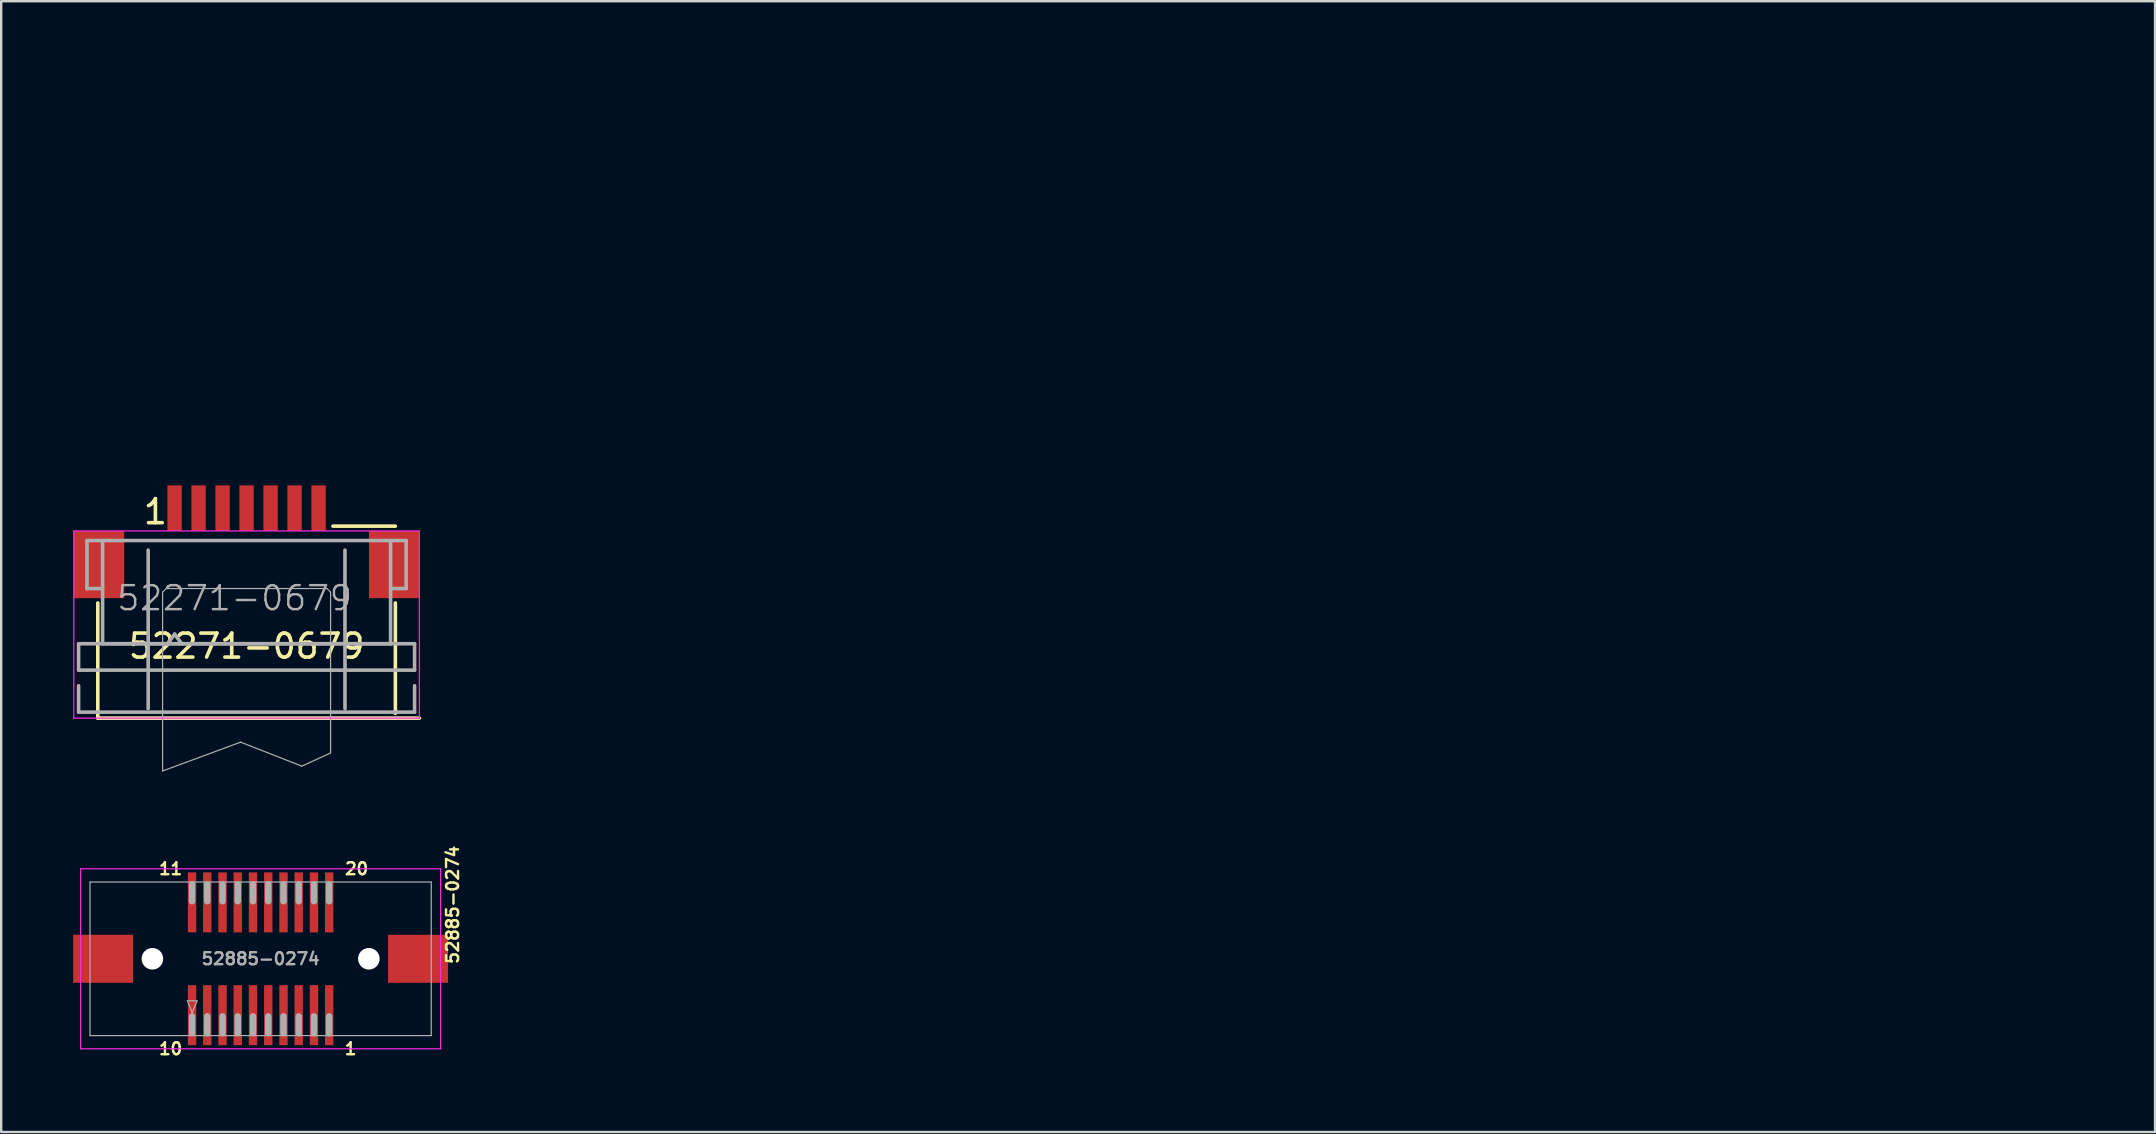
<source format=kicad_pcb>
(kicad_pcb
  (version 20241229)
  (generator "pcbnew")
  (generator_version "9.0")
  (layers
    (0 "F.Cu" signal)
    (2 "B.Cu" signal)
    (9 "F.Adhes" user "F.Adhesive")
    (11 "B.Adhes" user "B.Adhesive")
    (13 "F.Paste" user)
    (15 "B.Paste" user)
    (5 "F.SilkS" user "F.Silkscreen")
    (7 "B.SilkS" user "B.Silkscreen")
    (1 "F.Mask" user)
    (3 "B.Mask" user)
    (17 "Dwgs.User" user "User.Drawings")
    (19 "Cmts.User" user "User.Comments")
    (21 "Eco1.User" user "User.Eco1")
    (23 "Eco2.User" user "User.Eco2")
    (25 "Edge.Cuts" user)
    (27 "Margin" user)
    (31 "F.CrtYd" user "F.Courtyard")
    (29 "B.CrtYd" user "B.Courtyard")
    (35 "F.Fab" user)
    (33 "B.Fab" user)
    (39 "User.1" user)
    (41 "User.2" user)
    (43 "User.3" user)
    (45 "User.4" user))
  (footprint "52885-0274"
    (layer "F.Cu")
    (at 7.81 36.902)
    (property "Reference" "52885-0274" (at 8 -2.25 90) (layer "F.SilkS") (effects (font (size 0.5 0.5) (thickness 0.1))))
    (attr smd)
    (fp_line (start -7.5 -3.75) (end 7.5 -3.75) (stroke (width 0.05) (type solid)) (layer "F.CrtYd"))
    (fp_line (start -7.5 3.75) (end -7.5 -3.75) (stroke (width 0.05) (type solid)) (layer "F.CrtYd"))
    (fp_line (start 7.5 -3.75) (end 7.5 3.75) (stroke (width 0.05) (type solid)) (layer "F.CrtYd"))
    (fp_line (start 7.5 3.75) (end -7.5 3.75) (stroke (width 0.05) (type solid)) (layer "F.CrtYd"))
    (fp_line (start -7.11 -3.2) (end 7.11 -3.2) (stroke (width 0.05) (type solid)) (layer "F.Fab"))
    (fp_line (start -7.11 3.2) (end -7.11 -3.2) (stroke (width 0.05) (type solid)) (layer "F.Fab"))
    (fp_line (start -3.05 1.75) (end -2.65 1.75) (stroke (width 0.05) (type solid)) (layer "F.Fab"))
    (fp_line (start -2.857 -3.1) (end -2.857 -2.4) (stroke (width 0.27) (type solid)) (layer "F.Fab"))
    (fp_line (start -2.857 3.1) (end -2.857 2.4) (stroke (width 0.27) (type solid)) (layer "F.Fab"))
    (fp_line (start -2.85 2.25) (end -3.05 1.75) (stroke (width 0.05) (type solid)) (layer "F.Fab"))
    (fp_line (start -2.65 1.75) (end -2.85 2.25) (stroke (width 0.05) (type solid)) (layer "F.Fab"))
    (fp_line (start -2.223 -3.1) (end -2.223 -2.4) (stroke (width 0.27) (type solid)) (layer "F.Fab"))
    (fp_line (start -2.223 3.1) (end -2.223 2.4) (stroke (width 0.27) (type solid)) (layer "F.Fab"))
    (fp_line (start -1.587 -3.1) (end -1.587 -2.4) (stroke (width 0.27) (type solid)) (layer "F.Fab"))
    (fp_line (start -1.587 3.1) (end -1.587 2.4) (stroke (width 0.27) (type solid)) (layer "F.Fab"))
    (fp_line (start -0.953 -3.1) (end -0.953 -2.4) (stroke (width 0.27) (type solid)) (layer "F.Fab"))
    (fp_line (start -0.953 3.1) (end -0.953 2.4) (stroke (width 0.27) (type solid)) (layer "F.Fab"))
    (fp_line (start -0.318 -3.1) (end -0.318 -2.4) (stroke (width 0.27) (type solid)) (layer "F.Fab"))
    (fp_line (start -0.318 3.1) (end -0.318 2.4) (stroke (width 0.27) (type solid)) (layer "F.Fab"))
    (fp_line (start 0.318 -3.1) (end 0.318 -2.4) (stroke (width 0.27) (type solid)) (layer "F.Fab"))
    (fp_line (start 0.318 3.1) (end 0.318 2.4) (stroke (width 0.27) (type solid)) (layer "F.Fab"))
    (fp_line (start 0.953 -3.1) (end 0.953 -2.4) (stroke (width 0.27) (type solid)) (layer "F.Fab"))
    (fp_line (start 0.953 3.1) (end 0.953 2.4) (stroke (width 0.27) (type solid)) (layer "F.Fab"))
    (fp_line (start 1.587 -3.1) (end 1.587 -2.4) (stroke (width 0.27) (type solid)) (layer "F.Fab"))
    (fp_line (start 1.587 3.1) (end 1.587 2.4) (stroke (width 0.27) (type solid)) (layer "F.Fab"))
    (fp_line (start 2.223 -3.1) (end 2.223 -2.4) (stroke (width 0.27) (type solid)) (layer "F.Fab"))
    (fp_line (start 2.223 3.1) (end 2.223 2.4) (stroke (width 0.27) (type solid)) (layer "F.Fab"))
    (fp_line (start 2.857 -3.1) (end 2.857 -2.4) (stroke (width 0.27) (type solid)) (layer "F.Fab"))
    (fp_line (start 2.857 3.1) (end 2.857 2.4) (stroke (width 0.27) (type solid)) (layer "F.Fab"))
    (fp_line (start 7.11 -3.2) (end 7.11 3.2) (stroke (width 0.05) (type solid)) (layer "F.Fab"))
    (fp_line (start 7.11 3.2) (end -7.11 3.2) (stroke (width 0.05) (type solid)) (layer "F.Fab"))
    (fp_text user "10" (at -3.75 3.75 0) (layer "F.SilkS") (effects (font (size 0.5 0.5) (thickness 0.1))))
    (fp_text user "20" (at 4 -3.75 0) (layer "F.SilkS") (effects (font (size 0.5 0.5) (thickness 0.1))))
    (fp_text user "11" (at -3.75 -3.75 0) (layer "F.SilkS") (effects (font (size 0.5 0.5) (thickness 0.1))))
    (fp_text user "1" (at 3.75 3.75 0) (layer "F.SilkS") (effects (font (size 0.5 0.5) (thickness 0.1))))
    (fp_text user "${REFERENCE}" (at 0 0 0) (layer "F.Fab") (effects (font (size 0.5 0.5) (thickness 0.1))))
    (pad "" np_thru_hole circle (at -4.51 0) (size 0.9 0.9) (drill 0.9) (layers "*.Cu"))
    (pad "" np_thru_hole circle (at 4.51 0) (size 0.9 0.9) (drill 0.9) (layers "*.Cu"))
    (pad "1" smd rect (at 2.857 2.35) (size 0.35 2.5) (layers "F.Cu" "F.Mask" "F.Paste"))
    (pad "2" smd rect (at 2.223 2.35) (size 0.35 2.5) (layers "F.Cu" "F.Mask" "F.Paste"))
    (pad "3" smd rect (at 1.587 2.35) (size 0.35 2.5) (layers "F.Cu" "F.Mask" "F.Paste"))
    (pad "4" smd rect (at 0.953 2.35) (size 0.35 2.5) (layers "F.Cu" "F.Mask" "F.Paste"))
    (pad "5" smd rect (at 0.318 2.35) (size 0.35 2.5) (layers "F.Cu" "F.Mask" "F.Paste"))
    (pad "6" smd rect (at -0.318 2.35) (size 0.35 2.5) (layers "F.Cu" "F.Mask" "F.Paste"))
    (pad "7" smd rect (at -0.953 2.35) (size 0.35 2.5) (layers "F.Cu" "F.Mask" "F.Paste"))
    (pad "8" smd rect (at -1.587 2.35) (size 0.35 2.5) (layers "F.Cu" "F.Mask" "F.Paste"))
    (pad "9" smd rect (at -2.223 2.35) (size 0.35 2.5) (layers "F.Cu" "F.Mask" "F.Paste"))
    (pad "10" smd rect (at -2.857 2.35) (size 0.35 2.5) (layers "F.Cu" "F.Mask" "F.Paste"))
    (pad "11" smd rect (at -2.857 -2.35) (size 0.35 2.5) (layers "F.Cu" "F.Mask" "F.Paste"))
    (pad "12" smd rect (at -2.223 -2.35) (size 0.35 2.5) (layers "F.Cu" "F.Mask" "F.Paste"))
    (pad "13" smd rect (at -1.587 -2.35) (size 0.35 2.5) (layers "F.Cu" "F.Mask" "F.Paste"))
    (pad "14" smd rect (at -0.953 -2.35) (size 0.35 2.5) (layers "F.Cu" "F.Mask" "F.Paste"))
    (pad "15" smd rect (at -0.318 -2.35) (size 0.35 2.5) (layers "F.Cu" "F.Mask" "F.Paste"))
    (pad "16" smd rect (at 0.318 -2.35) (size 0.35 2.5) (layers "F.Cu" "F.Mask" "F.Paste"))
    (pad "17" smd rect (at 0.953 -2.35) (size 0.35 2.5) (layers "F.Cu" "F.Mask" "F.Paste"))
    (pad "18" smd rect (at 1.587 -2.35) (size 0.35 2.5) (layers "F.Cu" "F.Mask" "F.Paste"))
    (pad "19" smd rect (at 2.223 -2.35) (size 0.35 2.5) (layers "F.Cu" "F.Mask" "F.Paste"))
    (pad "20" smd rect (at 2.857 -2.35) (size 0.35 2.5) (layers "F.Cu" "F.Mask" "F.Paste"))
    (pad "21" smd rect (at 6.56 0) (size 2.5 2) (layers "F.Cu" "F.Mask" "F.Paste"))
    (pad "22" smd rect (at -6.56 0) (size 2.5 2) (layers "F.Cu" "F.Mask" "F.Paste")))
  (footprint "52271-0679"
    (layer "F.Cu")
    (at 7.225 20.875)
    (property "Reference" "52271-0679" (at 0 3 0) (layer "F.SilkS") (effects (font (size 1 1) (thickness 0.15))))
    (attr through_hole)
    (fp_line (start -6.2 1.2) (end -6.2 6) (stroke (width 0.15) (type solid)) (layer "F.SilkS"))
    (fp_line (start -6.2 6) (end 7.2 6) (stroke (width 0.15) (type solid)) (layer "F.SilkS"))
    (fp_line (start 6.2 -2) (end 3.6 -2) (stroke (width 0.15) (type solid)) (layer "F.SilkS"))
    (fp_line (start 6.2 5.8) (end 6.2 1.2) (stroke (width 0.15) (type solid)) (layer "F.SilkS"))
    (fp_line (start 76.45 7.8) (end 76.45 -20.8) (stroke (width 0.15) (type solid)) (layer "Eco1.User"))
    (fp_line (start -7.2 -1.8) (end -7.2 6) (stroke (width 0.05) (type solid)) (layer "F.CrtYd"))
    (fp_line (start -7.2 -1.8) (end 7.2 -1.8) (stroke (width 0.05) (type solid)) (layer "F.CrtYd"))
    (fp_line (start -7.2 6) (end 7.2 6) (stroke (width 0.05) (type solid)) (layer "F.CrtYd"))
    (fp_line (start 7.2 -1.8) (end 7.2 6) (stroke (width 0.05) (type solid)) (layer "F.CrtYd"))
    (fp_line (start -7 2.9) (end 7 2.9) (stroke (width 0.15) (type solid)) (layer "F.Fab"))
    (fp_line (start -7 4) (end -7 2.9) (stroke (width 0.15) (type solid)) (layer "F.Fab"))
    (fp_line (start -7 4) (end 7 4) (stroke (width 0.15) (type solid)) (layer "F.Fab"))
    (fp_line (start -7 4.65) (end -7 5.75) (stroke (width 0.15) (type solid)) (layer "F.Fab"))
    (fp_line (start -7 5.75) (end 7 5.75) (stroke (width 0.15) (type solid)) (layer "F.Fab"))
    (fp_line (start -6.65 -1.4) (end -6.65 0.6) (stroke (width 0.15) (type solid)) (layer "F.Fab"))
    (fp_line (start -6.65 -1.4) (end 6.65 -1.4) (stroke (width 0.15) (type solid)) (layer "F.Fab"))
    (fp_line (start -6 -1.4) (end -6 2.9) (stroke (width 0.15) (type solid)) (layer "F.Fab"))
    (fp_line (start -6 0.6) (end -6.65 0.6) (stroke (width 0.15) (type solid)) (layer "F.Fab"))
    (fp_line (start -6 2.9) (end 6 2.9) (stroke (width 0.15) (type solid)) (layer "F.Fab"))
    (fp_line (start -4.1 5.6) (end -4.1 -1) (stroke (width 0.15) (type solid)) (layer "F.Fab"))
    (fp_line (start -3.5 0.75) (end -3.5 8.2) (stroke (width 0.05) (type solid)) (layer "F.Fab"))
    (fp_line (start -3.35 0.6) (end -3.5 0.75) (stroke (width 0.05) (type solid)) (layer "F.Fab"))
    (fp_line (start -3.35 0.6) (end 3.35 0.6) (stroke (width 0.05) (type solid)) (layer "F.Fab"))
    (fp_line (start -3.3 2.9) (end -3 2.5) (stroke (width 0.15) (type solid)) (layer "F.Fab"))
    (fp_line (start -3 2.5) (end -2.7 2.9) (stroke (width 0.15) (type solid)) (layer "F.Fab"))
    (fp_line (start -0.25 7) (end -3.5 8.2) (stroke (width 0.05) (type solid)) (layer "F.Fab"))
    (fp_line (start 2.3 8) (end -0.25 7) (stroke (width 0.05) (type solid)) (layer "F.Fab"))
    (fp_line (start 3.35 0.6) (end 3.5 0.75) (stroke (width 0.05) (type solid)) (layer "F.Fab"))
    (fp_line (start 3.5 0.75) (end 3.5 7.45) (stroke (width 0.05) (type solid)) (layer "F.Fab"))
    (fp_line (start 3.5 7.45) (end 2.3 8) (stroke (width 0.05) (type solid)) (layer "F.Fab"))
    (fp_line (start 4.1 5.6) (end 4.1 -1) (stroke (width 0.15) (type solid)) (layer "F.Fab"))
    (fp_line (start 6 -1.4) (end 6 2.9) (stroke (width 0.15) (type solid)) (layer "F.Fab"))
    (fp_line (start 6 0.6) (end 6.65 0.6) (stroke (width 0.15) (type solid)) (layer "F.Fab"))
    (fp_line (start 6.65 -1.4) (end 6.65 0.6) (stroke (width 0.15) (type solid)) (layer "F.Fab"))
    (fp_line (start 7 4) (end 7 2.9) (stroke (width 0.15) (type solid)) (layer "F.Fab"))
    (fp_line (start 7 4.65) (end 7 5.75) (stroke (width 0.15) (type solid)) (layer "F.Fab"))
    (fp_text user "1" (at -3.8 -2.6 0) (layer "F.SilkS") (effects (font (size 1 1) (thickness 0.15))))
    (fp_text user "${REFERENCE}" (at -0.5 1 0) (layer "F.Fab") (effects (font (size 1 1) (thickness 0.1))))
    (pad "1" smd rect (at -3 -2.75) (size 0.6 1.9) (layers "F.Cu" "F.Mask" "F.Paste"))
    (pad "2" smd rect (at -2 -2.75) (size 0.6 1.9) (layers "F.Cu" "F.Mask" "F.Paste"))
    (pad "3" smd rect (at -1 -2.75) (size 0.6 1.9) (layers "F.Cu" "F.Mask" "F.Paste"))
    (pad "4" smd rect (at 0 -2.75) (size 0.6 1.9) (layers "F.Cu" "F.Mask" "F.Paste"))
    (pad "5" smd rect (at 1 -2.75) (size 0.6 1.9) (layers "F.Cu" "F.Mask" "F.Paste"))
    (pad "6" smd rect (at 2 -2.75) (size 0.6 1.9) (layers "F.Cu" "F.Mask" "F.Paste"))
    (pad "7" smd rect (at 3 -2.75) (size 0.6 1.9) (layers "F.Cu" "F.Mask" "F.Paste"))
    (pad "8" smd rect (at 6.15 -0.4) (size 2.1 2.8) (layers "F.Cu" "F.Mask" "F.Paste"))
    (pad "9" smd rect (at -6.15 -0.4) (size 2.1 2.8) (layers "F.Cu" "F.Mask" "F.Paste")))
  (gr_rect
    (start -3 -3)
    (end 86.75 44.12)
    (stroke (width 0.1) (type default))
    (fill no)
    (layer "Edge.Cuts")))
</source>
